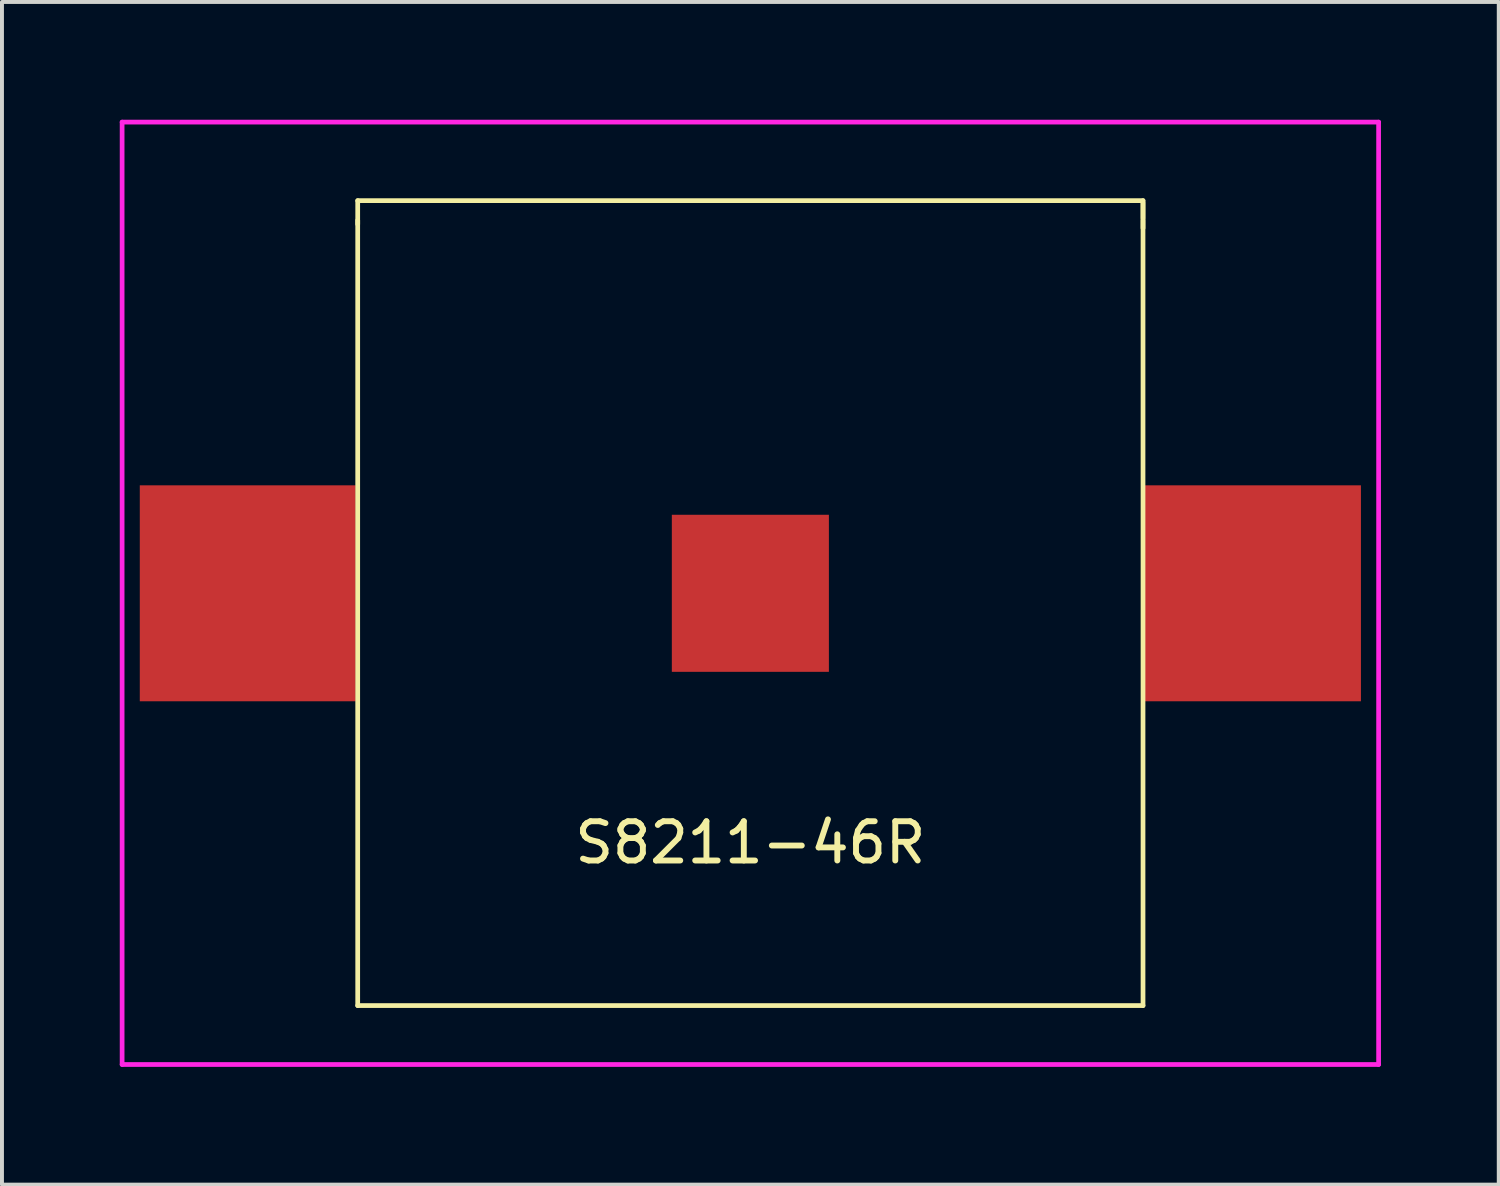
<source format=kicad_pcb>
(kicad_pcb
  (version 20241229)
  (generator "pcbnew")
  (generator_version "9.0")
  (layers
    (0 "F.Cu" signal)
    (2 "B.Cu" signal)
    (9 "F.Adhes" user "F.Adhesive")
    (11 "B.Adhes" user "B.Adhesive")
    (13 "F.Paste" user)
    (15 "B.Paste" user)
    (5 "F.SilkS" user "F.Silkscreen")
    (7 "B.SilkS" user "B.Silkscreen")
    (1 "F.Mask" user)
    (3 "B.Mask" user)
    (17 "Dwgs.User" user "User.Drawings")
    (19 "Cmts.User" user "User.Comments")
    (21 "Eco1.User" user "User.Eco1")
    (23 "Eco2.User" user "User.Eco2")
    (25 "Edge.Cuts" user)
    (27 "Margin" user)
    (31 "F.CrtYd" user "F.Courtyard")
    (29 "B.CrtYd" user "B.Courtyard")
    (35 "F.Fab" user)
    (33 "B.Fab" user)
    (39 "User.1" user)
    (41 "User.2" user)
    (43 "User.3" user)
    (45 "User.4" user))
  (footprint "S8211-46R"
    (layer "F.Cu")
    (at 16.06 12.06)
    (property "Reference" "S8211-46R" (at 0 6.35 0) (layer "F.SilkS") (effects (font (size 1 1) (thickness 0.15))))
    (attr through_hole)
    (fp_line (start -10 -10) (end -10 -9.4) (stroke (width 0.12) (type solid)) (layer "F.SilkS"))
    (fp_line (start -10 -10) (end 10 -10) (stroke (width 0.12) (type solid)) (layer "F.SilkS"))
    (fp_line (start -10 10.5) (end -10 -9.5) (stroke (width 0.12) (type solid)) (layer "F.SilkS"))
    (fp_line (start 10 -10) (end 10 -9.3) (stroke (width 0.12) (type solid)) (layer "F.SilkS"))
    (fp_line (start 10 -9.95) (end 10 -9.55) (stroke (width 0.12) (type solid)) (layer "F.SilkS"))
    (fp_line (start 10 -9.5) (end 10 10.5) (stroke (width 0.12) (type solid)) (layer "F.SilkS"))
    (fp_line (start 10 10.5) (end -10 10.5) (stroke (width 0.12) (type solid)) (layer "F.SilkS"))
    (fp_line (start -16 -12) (end 16 -12) (stroke (width 0.12) (type solid)) (layer "F.CrtYd"))
    (fp_line (start -16 12) (end -16 -12) (stroke (width 0.12) (type solid)) (layer "F.CrtYd"))
    (fp_line (start 16 -12) (end 16 12) (stroke (width 0.12) (type solid)) (layer "F.CrtYd"))
    (fp_line (start 16 12) (end -16 12) (stroke (width 0.12) (type solid)) (layer "F.CrtYd"))
    (pad "1" smd rect (at -12.8 0) (size 5.5 5.5) (layers "F.Cu" "F.Mask" "F.Paste"))
    (pad "1" smd rect (at 12.8 0) (size 5.5 5.5) (layers "F.Cu" "F.Mask" "F.Paste"))
    (pad "2" smd rect (at 0 0) (size 4 4) (layers "F.Cu" "F.Mask" "F.Paste")))
  (gr_rect
    (start -3 -3)
    (end 35.12 27.12)
    (stroke (width 0.1) (type default))
    (fill no)
    (layer "Edge.Cuts")))
</source>
